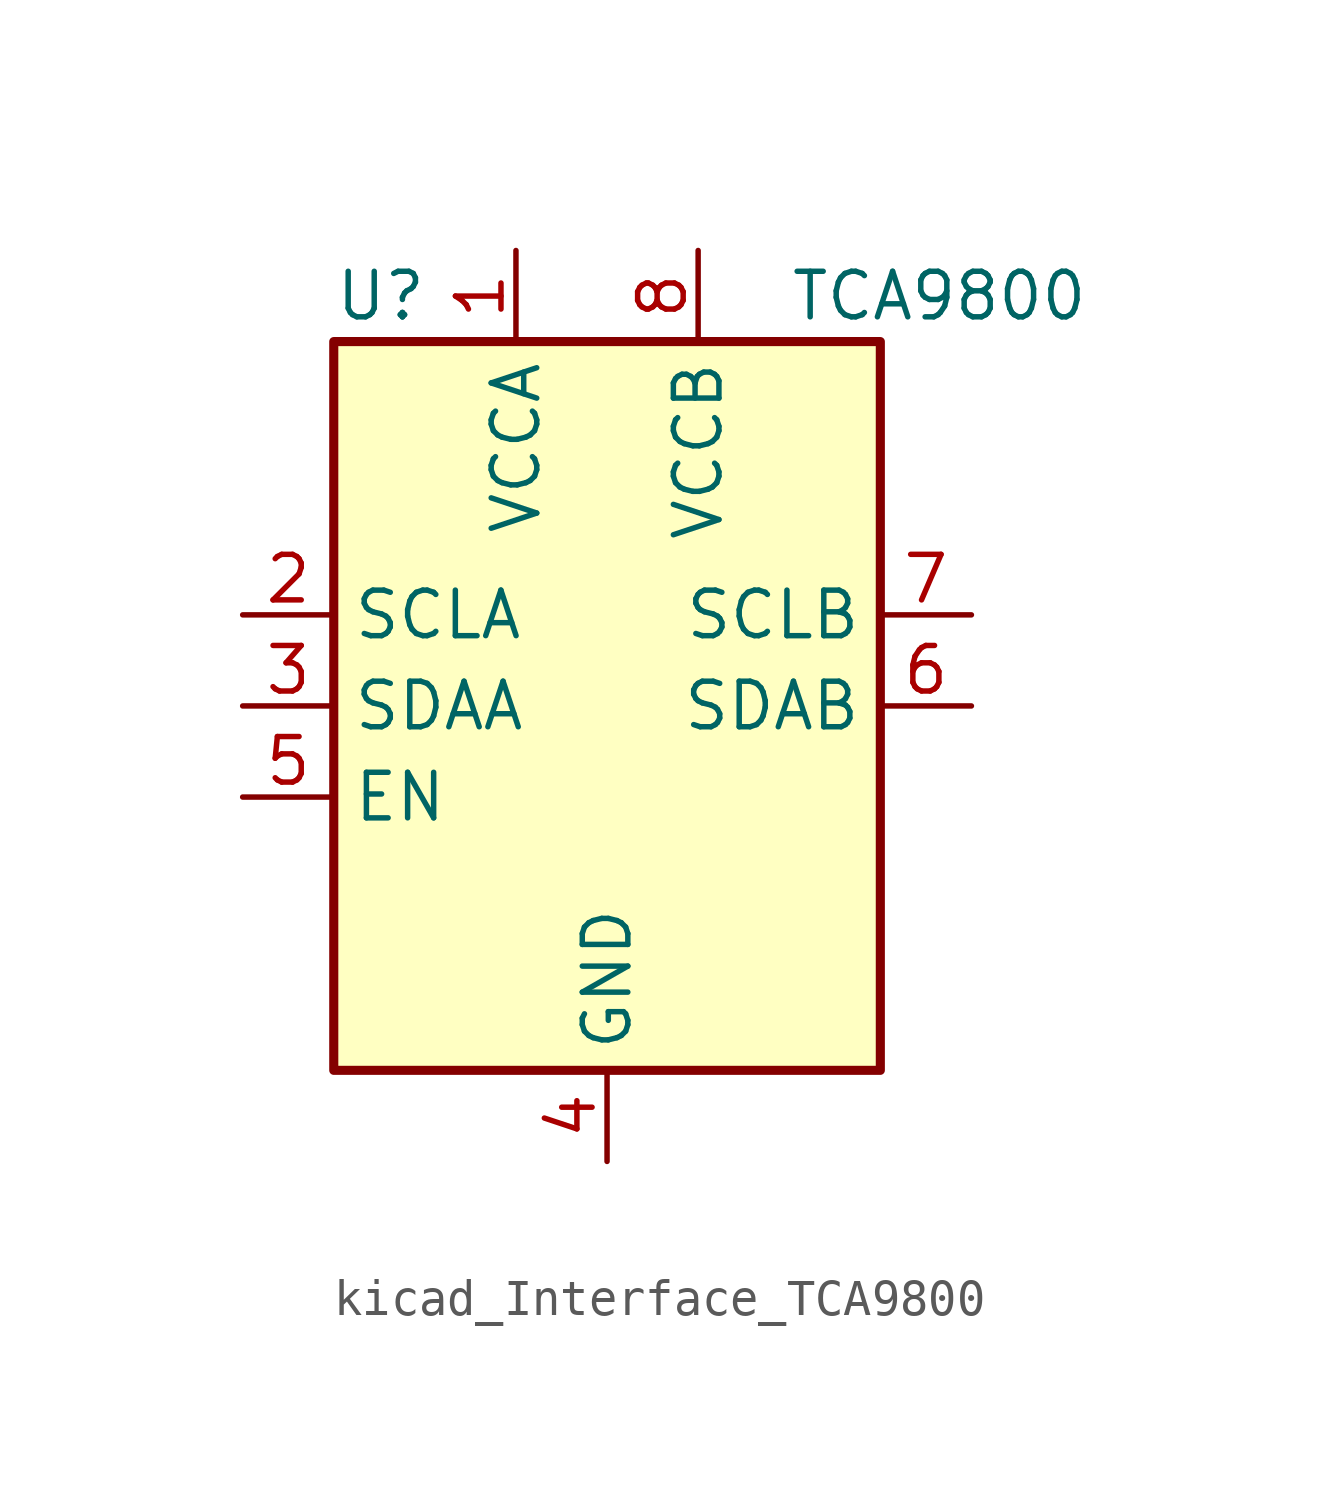
<source format=kicad_sym>
(kicad_symbol_lib
  (version 20220914)
  (generator kicad_symbol_editor)
  (symbol "kicad_Interface_TCA9800"
    (property "Reference" "U"
      (at -7.62 11.43 0)
      (effects (font (size 1.27 1.27)) (justify left)))
    (property "Value" "TCA9800"
      (at 5.08 11.43 0)
      (effects (font (size 1.27 1.27)) (justify left)))
    (symbol "kicad_Interface_TCA9800_0_1"
      (rectangle (start -7.62 10.16) (end 7.62 -10.16) (stroke (width 0.254) (type default)) (fill (type background))))
    (symbol "kicad_Interface_TCA9800_1_1"
      (pin power_in line (at -2.54 12.7 270) (length 2.54) (name "VCCA" (effects (font (size 1.27 1.27)))) (number "1" (effects (font (size 1.27 1.27)))))
      (pin bidirectional line (at -10.16 2.54 0) (length 2.54) (name "SCLA" (effects (font (size 1.27 1.27)))) (number "2" (effects (font (size 1.27 1.27)))))
      (pin bidirectional line (at -10.16 0 0) (length 2.54) (name "SDAA" (effects (font (size 1.27 1.27)))) (number "3" (effects (font (size 1.27 1.27)))))
      (pin power_in line (at 0 -12.7 90) (length 2.54) (name "GND" (effects (font (size 1.27 1.27)))) (number "4" (effects (font (size 1.27 1.27)))))
      (pin input line (at -10.16 -2.54 0) (length 2.54) (name "EN" (effects (font (size 1.27 1.27)))) (number "5" (effects (font (size 1.27 1.27)))))
      (pin bidirectional line (at 10.16 0 180) (length 2.54) (name "SDAB" (effects (font (size 1.27 1.27)))) (number "6" (effects (font (size 1.27 1.27)))))
      (pin bidirectional line (at 10.16 2.54 180) (length 2.54) (name "SCLB" (effects (font (size 1.27 1.27)))) (number "7" (effects (font (size 1.27 1.27)))))
      (pin power_in line (at 2.54 12.7 270) (length 2.54) (name "VCCB" (effects (font (size 1.27 1.27)))) (number "8" (effects (font (size 1.27 1.27))))))))
</source>
